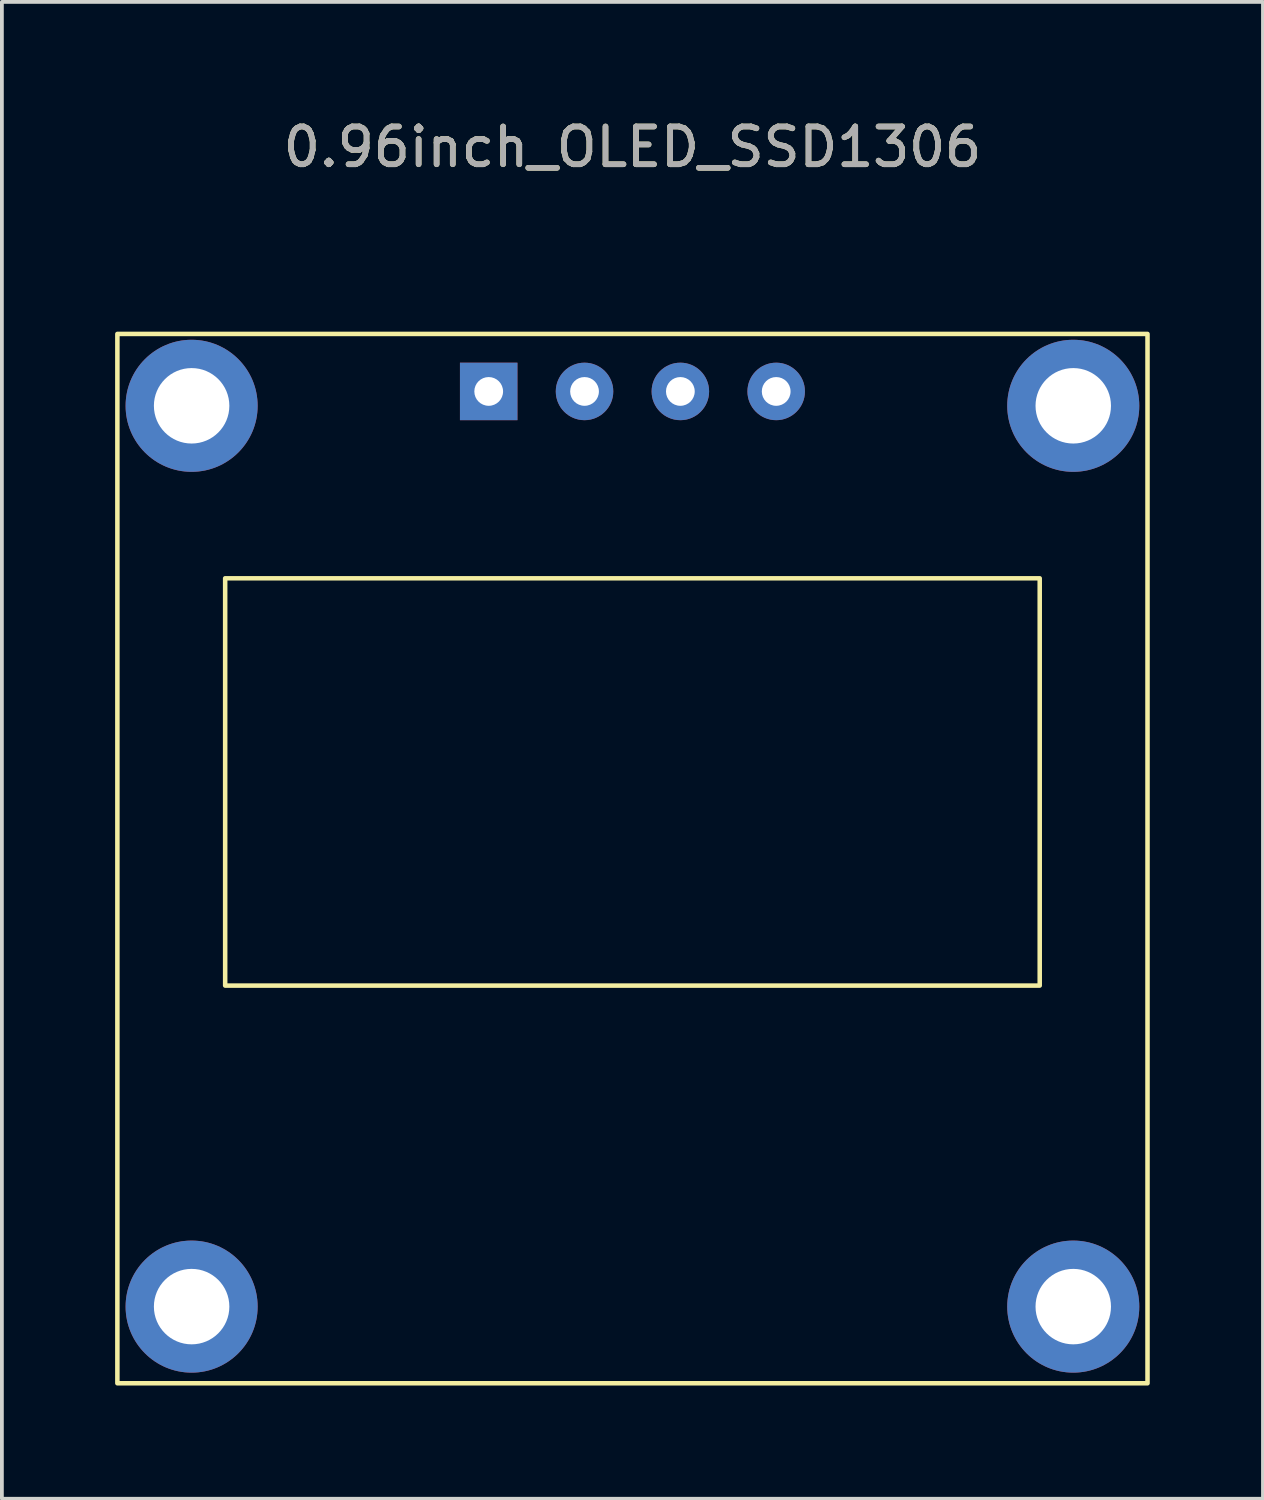
<source format=kicad_pcb>
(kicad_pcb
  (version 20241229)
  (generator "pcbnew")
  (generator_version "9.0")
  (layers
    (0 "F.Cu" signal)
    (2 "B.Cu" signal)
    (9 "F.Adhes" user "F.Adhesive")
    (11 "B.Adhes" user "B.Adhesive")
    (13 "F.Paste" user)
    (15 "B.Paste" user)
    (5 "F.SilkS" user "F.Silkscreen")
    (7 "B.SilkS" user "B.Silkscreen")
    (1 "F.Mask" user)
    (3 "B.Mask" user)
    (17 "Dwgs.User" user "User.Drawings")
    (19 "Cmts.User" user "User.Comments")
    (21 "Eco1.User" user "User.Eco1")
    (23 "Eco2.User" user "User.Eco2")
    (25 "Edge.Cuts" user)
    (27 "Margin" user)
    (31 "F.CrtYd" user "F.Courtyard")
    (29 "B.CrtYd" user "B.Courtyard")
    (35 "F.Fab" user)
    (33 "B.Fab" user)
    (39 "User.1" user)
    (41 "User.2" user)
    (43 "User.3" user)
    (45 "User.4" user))
  (footprint "0.96inch_OLED_SSD1306"
    (layer "F.Cu")
    (at 13.713 19.898)
    (property "Reference" "0.96inch_OLED_SSD1306" (at 0 -19.05 0) (unlocked yes) (layer "F.SilkS") (effects (font (size 1 1) (thickness 0.15))))
    (attr through_hole)
    (fp_rect (start -13.652 -14.097) (end 13.652 13.716) (stroke (width 0.12) (type solid)) (fill no) (layer "F.SilkS"))
    (fp_rect (start -10.795 -7.62) (end 10.795 3.175) (stroke (width 0.12) (type solid)) (fill no) (layer "F.SilkS"))
    (fp_text user "${REFERENCE}" (at 0 -19.05 0) (unlocked yes) (layer "F.Fab") (effects (font (size 1 1) (thickness 0.15))))
    (pad "" thru_hole circle (at -11.684 -12.192) (size 3.5 3.5) (drill 2) (layers "*.Cu" "*.Mask"))
    (pad "" thru_hole circle (at -11.684 11.684) (size 3.5 3.5) (drill 2) (layers "*.Cu" "*.Mask"))
    (pad "" thru_hole circle (at 11.684 -12.192) (size 3.5 3.5) (drill 2) (layers "*.Cu" "*.Mask"))
    (pad "" thru_hole circle (at 11.684 11.684) (size 3.5 3.5) (drill 2) (layers "*.Cu" "*.Mask"))
    (pad "1" thru_hole rect (at -3.81 -12.573) (size 1.524 1.524) (drill 0.762) (layers "*.Cu" "*.Mask"))
    (pad "2" thru_hole circle (at -1.27 -12.573) (size 1.524 1.524) (drill 0.762) (layers "*.Cu" "*.Mask"))
    (pad "3" thru_hole circle (at 1.27 -12.573) (size 1.524 1.524) (drill 0.762) (layers "*.Cu" "*.Mask"))
    (pad "4" thru_hole circle (at 3.81 -12.573) (size 1.524 1.524) (drill 0.762) (layers "*.Cu" "*.Mask")))
  (gr_rect
    (start -3 -3)
    (end 30.425 36.674)
    (stroke (width 0.1) (type default))
    (fill no)
    (layer "Edge.Cuts")))
</source>
